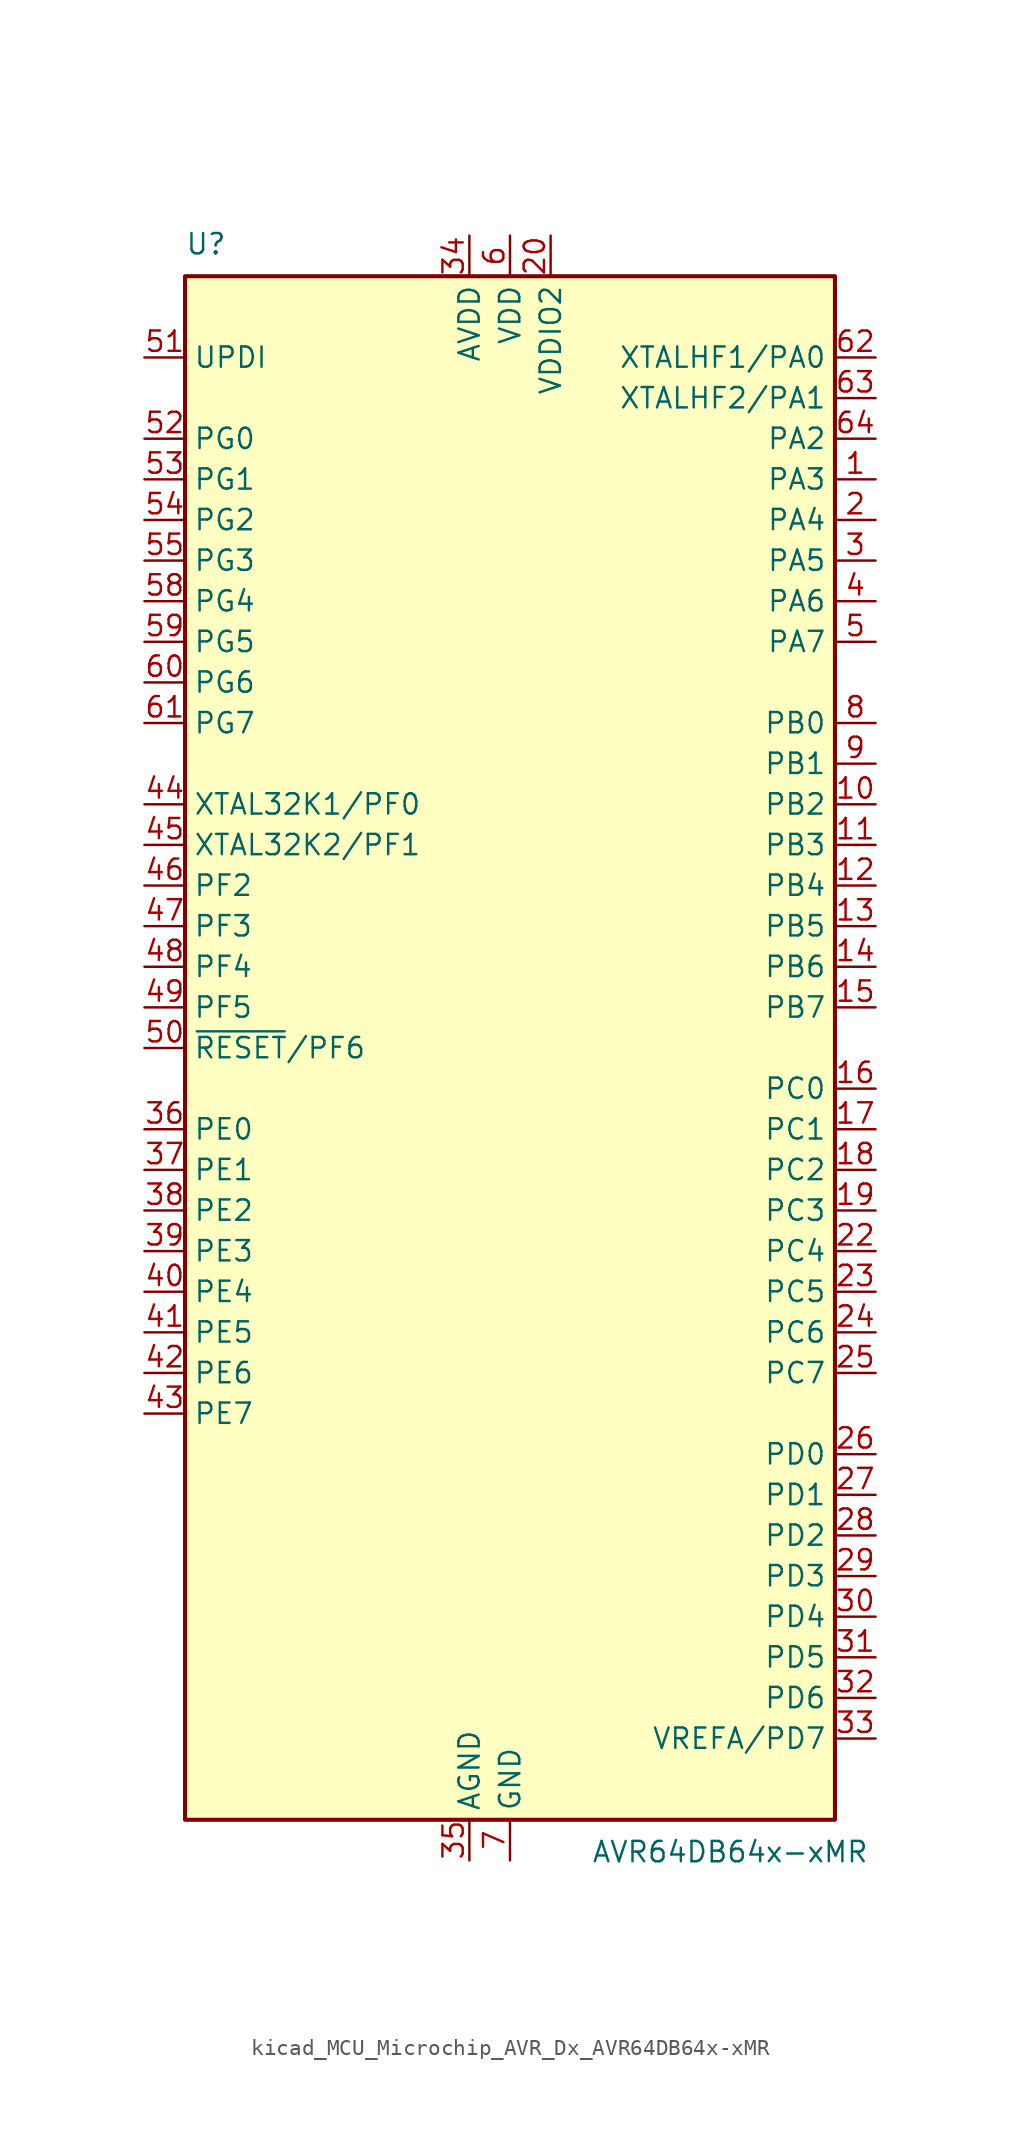
<source format=kicad_sym>
(kicad_symbol_lib
  (version 20220914)
  (generator kicad_symbol_editor)
  (symbol "kicad_MCU_Microchip_AVR_Dx_AVR64DB64x-xMR"
    (property "Reference" "U"
      (at -20.32 49.53 0)
      (effects (font (size 1.27 1.27)) (justify left bottom)))
    (property "Value" "AVR64DB64x-xMR"
      (at 5.08 -49.53 0)
      (effects (font (size 1.27 1.27)) (justify left top)))
    (symbol "kicad_MCU_Microchip_AVR_Dx_AVR64DB64x-xMR_0_1"
      (rectangle (start -20.32 48.26) (end 20.32 -48.26) (stroke (width 0.254) (type default)) (fill (type background))))
    (symbol "kicad_MCU_Microchip_AVR_Dx_AVR64DB64x-xMR_1_1"
      (pin bidirectional line (at 22.86 35.56 180) (length 2.54) (name "PA3" (effects (font (size 1.27 1.27)))) (number "1" (effects (font (size 1.27 1.27)))))
      (pin bidirectional line (at 22.86 15.24 180) (length 2.54) (name "PB2" (effects (font (size 1.27 1.27)))) (number "10" (effects (font (size 1.27 1.27)))))
      (pin bidirectional line (at 22.86 12.7 180) (length 2.54) (name "PB3" (effects (font (size 1.27 1.27)))) (number "11" (effects (font (size 1.27 1.27)))))
      (pin bidirectional line (at 22.86 10.16 180) (length 2.54) (name "PB4" (effects (font (size 1.27 1.27)))) (number "12" (effects (font (size 1.27 1.27)))))
      (pin bidirectional line (at 22.86 7.62 180) (length 2.54) (name "PB5" (effects (font (size 1.27 1.27)))) (number "13" (effects (font (size 1.27 1.27)))))
      (pin bidirectional line (at 22.86 5.08 180) (length 2.54) (name "PB6" (effects (font (size 1.27 1.27)))) (number "14" (effects (font (size 1.27 1.27)))))
      (pin bidirectional line (at 22.86 2.54 180) (length 2.54) (name "PB7" (effects (font (size 1.27 1.27)))) (number "15" (effects (font (size 1.27 1.27)))))
      (pin bidirectional line (at 22.86 -2.54 180) (length 2.54) (name "PC0" (effects (font (size 1.27 1.27)))) (number "16" (effects (font (size 1.27 1.27)))))
      (pin bidirectional line (at 22.86 -5.08 180) (length 2.54) (name "PC1" (effects (font (size 1.27 1.27)))) (number "17" (effects (font (size 1.27 1.27)))))
      (pin bidirectional line (at 22.86 -7.62 180) (length 2.54) (name "PC2" (effects (font (size 1.27 1.27)))) (number "18" (effects (font (size 1.27 1.27)))))
      (pin bidirectional line (at 22.86 -10.16 180) (length 2.54) (name "PC3" (effects (font (size 1.27 1.27)))) (number "19" (effects (font (size 1.27 1.27)))))
      (pin bidirectional line (at 22.86 33.02 180) (length 2.54) (name "PA4" (effects (font (size 1.27 1.27)))) (number "2" (effects (font (size 1.27 1.27)))))
      (pin power_in line (at 2.54 50.8 270) (length 2.54) (name "VDDIO2" (effects (font (size 1.27 1.27)))) (number "20" (effects (font (size 1.27 1.27)))))
      (pin passive line (at 0 -50.8 90) (length 2.54) hide (name "GND" (effects (font (size 1.27 1.27)))) (number "21" (effects (font (size 1.27 1.27)))))
      (pin bidirectional line (at 22.86 -12.7 180) (length 2.54) (name "PC4" (effects (font (size 1.27 1.27)))) (number "22" (effects (font (size 1.27 1.27)))))
      (pin bidirectional line (at 22.86 -15.24 180) (length 2.54) (name "PC5" (effects (font (size 1.27 1.27)))) (number "23" (effects (font (size 1.27 1.27)))))
      (pin bidirectional line (at 22.86 -17.78 180) (length 2.54) (name "PC6" (effects (font (size 1.27 1.27)))) (number "24" (effects (font (size 1.27 1.27)))))
      (pin bidirectional line (at 22.86 -20.32 180) (length 2.54) (name "PC7" (effects (font (size 1.27 1.27)))) (number "25" (effects (font (size 1.27 1.27)))))
      (pin bidirectional line (at 22.86 -25.4 180) (length 2.54) (name "PD0" (effects (font (size 1.27 1.27)))) (number "26" (effects (font (size 1.27 1.27)))))
      (pin bidirectional line (at 22.86 -27.94 180) (length 2.54) (name "PD1" (effects (font (size 1.27 1.27)))) (number "27" (effects (font (size 1.27 1.27)))))
      (pin bidirectional line (at 22.86 -30.48 180) (length 2.54) (name "PD2" (effects (font (size 1.27 1.27)))) (number "28" (effects (font (size 1.27 1.27)))))
      (pin bidirectional line (at 22.86 -33.02 180) (length 2.54) (name "PD3" (effects (font (size 1.27 1.27)))) (number "29" (effects (font (size 1.27 1.27)))))
      (pin bidirectional line (at 22.86 30.48 180) (length 2.54) (name "PA5" (effects (font (size 1.27 1.27)))) (number "3" (effects (font (size 1.27 1.27)))))
      (pin bidirectional line (at 22.86 -35.56 180) (length 2.54) (name "PD4" (effects (font (size 1.27 1.27)))) (number "30" (effects (font (size 1.27 1.27)))))
      (pin bidirectional line (at 22.86 -38.1 180) (length 2.54) (name "PD5" (effects (font (size 1.27 1.27)))) (number "31" (effects (font (size 1.27 1.27)))))
      (pin bidirectional line (at 22.86 -40.64 180) (length 2.54) (name "PD6" (effects (font (size 1.27 1.27)))) (number "32" (effects (font (size 1.27 1.27)))))
      (pin bidirectional line (at 22.86 -43.18 180) (length 2.54) (name "VREFA/PD7" (effects (font (size 1.27 1.27)))) (number "33" (effects (font (size 1.27 1.27)))))
      (pin power_in line (at -2.54 50.8 270) (length 2.54) (name "AVDD" (effects (font (size 1.27 1.27)))) (number "34" (effects (font (size 1.27 1.27)))))
      (pin power_in line (at -2.54 -50.8 90) (length 2.54) (name "AGND" (effects (font (size 1.27 1.27)))) (number "35" (effects (font (size 1.27 1.27)))))
      (pin bidirectional line (at -22.86 -5.08 0) (length 2.54) (name "PE0" (effects (font (size 1.27 1.27)))) (number "36" (effects (font (size 1.27 1.27)))))
      (pin bidirectional line (at -22.86 -7.62 0) (length 2.54) (name "PE1" (effects (font (size 1.27 1.27)))) (number "37" (effects (font (size 1.27 1.27)))))
      (pin bidirectional line (at -22.86 -10.16 0) (length 2.54) (name "PE2" (effects (font (size 1.27 1.27)))) (number "38" (effects (font (size 1.27 1.27)))))
      (pin bidirectional line (at -22.86 -12.7 0) (length 2.54) (name "PE3" (effects (font (size 1.27 1.27)))) (number "39" (effects (font (size 1.27 1.27)))))
      (pin bidirectional line (at 22.86 27.94 180) (length 2.54) (name "PA6" (effects (font (size 1.27 1.27)))) (number "4" (effects (font (size 1.27 1.27)))))
      (pin bidirectional line (at -22.86 -15.24 0) (length 2.54) (name "PE4" (effects (font (size 1.27 1.27)))) (number "40" (effects (font (size 1.27 1.27)))))
      (pin bidirectional line (at -22.86 -17.78 0) (length 2.54) (name "PE5" (effects (font (size 1.27 1.27)))) (number "41" (effects (font (size 1.27 1.27)))))
      (pin bidirectional line (at -22.86 -20.32 0) (length 2.54) (name "PE6" (effects (font (size 1.27 1.27)))) (number "42" (effects (font (size 1.27 1.27)))))
      (pin bidirectional line (at -22.86 -22.86 0) (length 2.54) (name "PE7" (effects (font (size 1.27 1.27)))) (number "43" (effects (font (size 1.27 1.27)))))
      (pin bidirectional line (at -22.86 15.24 0) (length 2.54) (name "XTAL32K1/PF0" (effects (font (size 1.27 1.27)))) (number "44" (effects (font (size 1.27 1.27)))))
      (pin bidirectional line (at -22.86 12.7 0) (length 2.54) (name "XTAL32K2/PF1" (effects (font (size 1.27 1.27)))) (number "45" (effects (font (size 1.27 1.27)))))
      (pin bidirectional line (at -22.86 10.16 0) (length 2.54) (name "PF2" (effects (font (size 1.27 1.27)))) (number "46" (effects (font (size 1.27 1.27)))))
      (pin bidirectional line (at -22.86 7.62 0) (length 2.54) (name "PF3" (effects (font (size 1.27 1.27)))) (number "47" (effects (font (size 1.27 1.27)))))
      (pin bidirectional line (at -22.86 5.08 0) (length 2.54) (name "PF4" (effects (font (size 1.27 1.27)))) (number "48" (effects (font (size 1.27 1.27)))))
      (pin bidirectional line (at -22.86 2.54 0) (length 2.54) (name "PF5" (effects (font (size 1.27 1.27)))) (number "49" (effects (font (size 1.27 1.27)))))
      (pin bidirectional line (at 22.86 25.4 180) (length 2.54) (name "PA7" (effects (font (size 1.27 1.27)))) (number "5" (effects (font (size 1.27 1.27)))))
      (pin bidirectional line (at -22.86 0 0) (length 2.54) (name "~{RESET}/PF6" (effects (font (size 1.27 1.27)))) (number "50" (effects (font (size 1.27 1.27)))))
      (pin input line (at -22.86 43.18 0) (length 2.54) (name "UPDI" (effects (font (size 1.27 1.27)))) (number "51" (effects (font (size 1.27 1.27)))))
      (pin bidirectional line (at -22.86 38.1 0) (length 2.54) (name "PG0" (effects (font (size 1.27 1.27)))) (number "52" (effects (font (size 1.27 1.27)))))
      (pin bidirectional line (at -22.86 35.56 0) (length 2.54) (name "PG1" (effects (font (size 1.27 1.27)))) (number "53" (effects (font (size 1.27 1.27)))))
      (pin bidirectional line (at -22.86 33.02 0) (length 2.54) (name "PG2" (effects (font (size 1.27 1.27)))) (number "54" (effects (font (size 1.27 1.27)))))
      (pin bidirectional line (at -22.86 30.48 0) (length 2.54) (name "PG3" (effects (font (size 1.27 1.27)))) (number "55" (effects (font (size 1.27 1.27)))))
      (pin passive line (at 0 50.8 270) (length 2.54) hide (name "VDD" (effects (font (size 1.27 1.27)))) (number "56" (effects (font (size 1.27 1.27)))))
      (pin passive line (at 0 -50.8 90) (length 2.54) hide (name "GND" (effects (font (size 1.27 1.27)))) (number "57" (effects (font (size 1.27 1.27)))))
      (pin bidirectional line (at -22.86 27.94 0) (length 2.54) (name "PG4" (effects (font (size 1.27 1.27)))) (number "58" (effects (font (size 1.27 1.27)))))
      (pin bidirectional line (at -22.86 25.4 0) (length 2.54) (name "PG5" (effects (font (size 1.27 1.27)))) (number "59" (effects (font (size 1.27 1.27)))))
      (pin power_in line (at 0 50.8 270) (length 2.54) (name "VDD" (effects (font (size 1.27 1.27)))) (number "6" (effects (font (size 1.27 1.27)))))
      (pin bidirectional line (at -22.86 22.86 0) (length 2.54) (name "PG6" (effects (font (size 1.27 1.27)))) (number "60" (effects (font (size 1.27 1.27)))))
      (pin bidirectional line (at -22.86 20.32 0) (length 2.54) (name "PG7" (effects (font (size 1.27 1.27)))) (number "61" (effects (font (size 1.27 1.27)))))
      (pin bidirectional line (at 22.86 43.18 180) (length 2.54) (name "XTALHF1/PA0" (effects (font (size 1.27 1.27)))) (number "62" (effects (font (size 1.27 1.27)))))
      (pin bidirectional line (at 22.86 40.64 180) (length 2.54) (name "XTALHF2/PA1" (effects (font (size 1.27 1.27)))) (number "63" (effects (font (size 1.27 1.27)))))
      (pin bidirectional line (at 22.86 38.1 180) (length 2.54) (name "PA2" (effects (font (size 1.27 1.27)))) (number "64" (effects (font (size 1.27 1.27)))))
      (pin passive line (at 0 -50.8 90) (length 2.54) hide (name "GND" (effects (font (size 1.27 1.27)))) (number "65" (effects (font (size 1.27 1.27)))))
      (pin power_in line (at 0 -50.8 90) (length 2.54) (name "GND" (effects (font (size 1.27 1.27)))) (number "7" (effects (font (size 1.27 1.27)))))
      (pin bidirectional line (at 22.86 20.32 180) (length 2.54) (name "PB0" (effects (font (size 1.27 1.27)))) (number "8" (effects (font (size 1.27 1.27)))))
      (pin bidirectional line (at 22.86 17.78 180) (length 2.54) (name "PB1" (effects (font (size 1.27 1.27)))) (number "9" (effects (font (size 1.27 1.27))))))))
</source>
